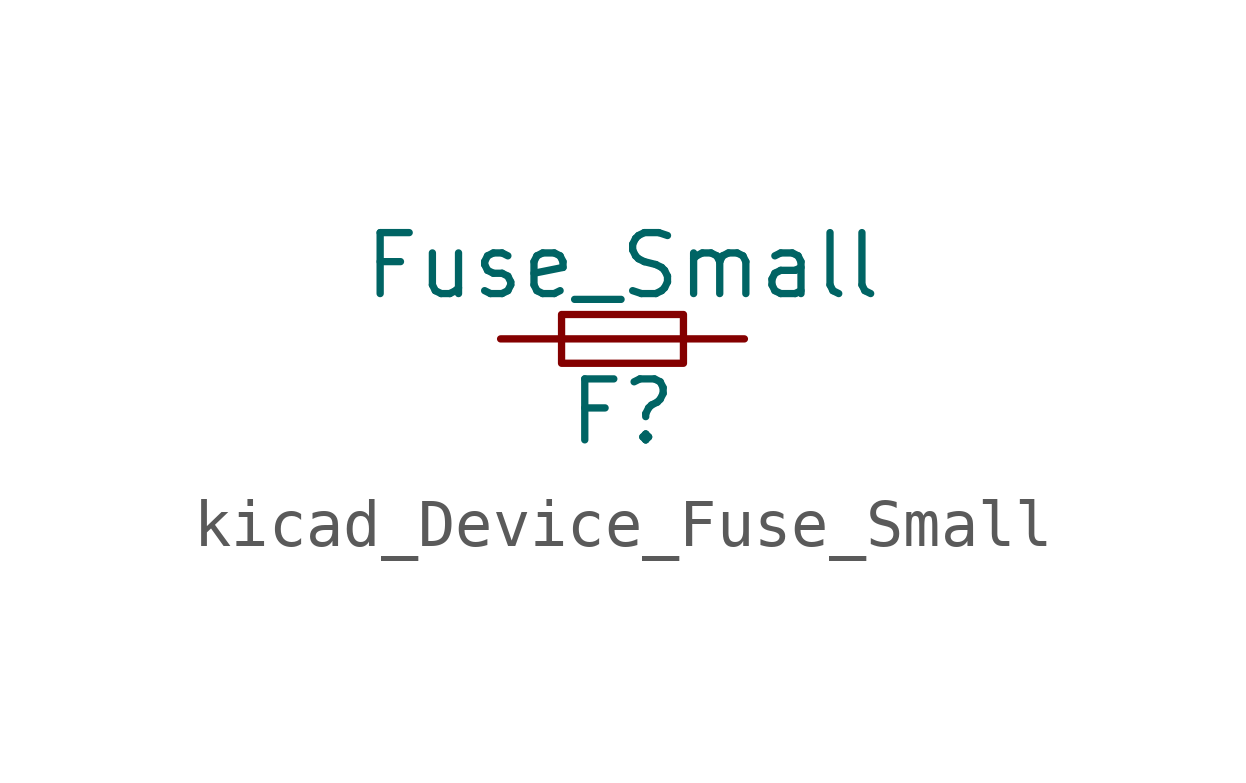
<source format=kicad_sym>
(kicad_symbol_lib
  (version 20220914)
  (generator kicad_symbol_editor)
  (symbol "kicad_Device_Fuse_Small"
    (pin_numbers hide)
    (pin_names
      (offset 0.254) hide)
    (property "Reference" "F"
      (at 0 -1.524 0)
      (effects (font (size 1.27 1.27))))
    (property "Value" "Fuse_Small"
      (at 0 1.524 0)
      (effects (font (size 1.27 1.27))))
    (symbol "kicad_Device_Fuse_Small_0_1"
      (rectangle (start -1.27 0.508) (end 1.27 -0.508) (stroke (width 0) (type default)) (fill (type none)))
      (polyline (pts (xy -1.27 0) (xy 1.27 0)) (stroke (width 0) (type default)) (fill (type none))))
    (symbol "kicad_Device_Fuse_Small_1_1"
      (pin passive line (at -2.54 0 0) (length 1.27) (name "~" (effects (font (size 1.27 1.27)))) (number "1" (effects (font (size 1.27 1.27)))))
      (pin passive line (at 2.54 0 180) (length 1.27) (name "~" (effects (font (size 1.27 1.27)))) (number "2" (effects (font (size 1.27 1.27))))))))
</source>
